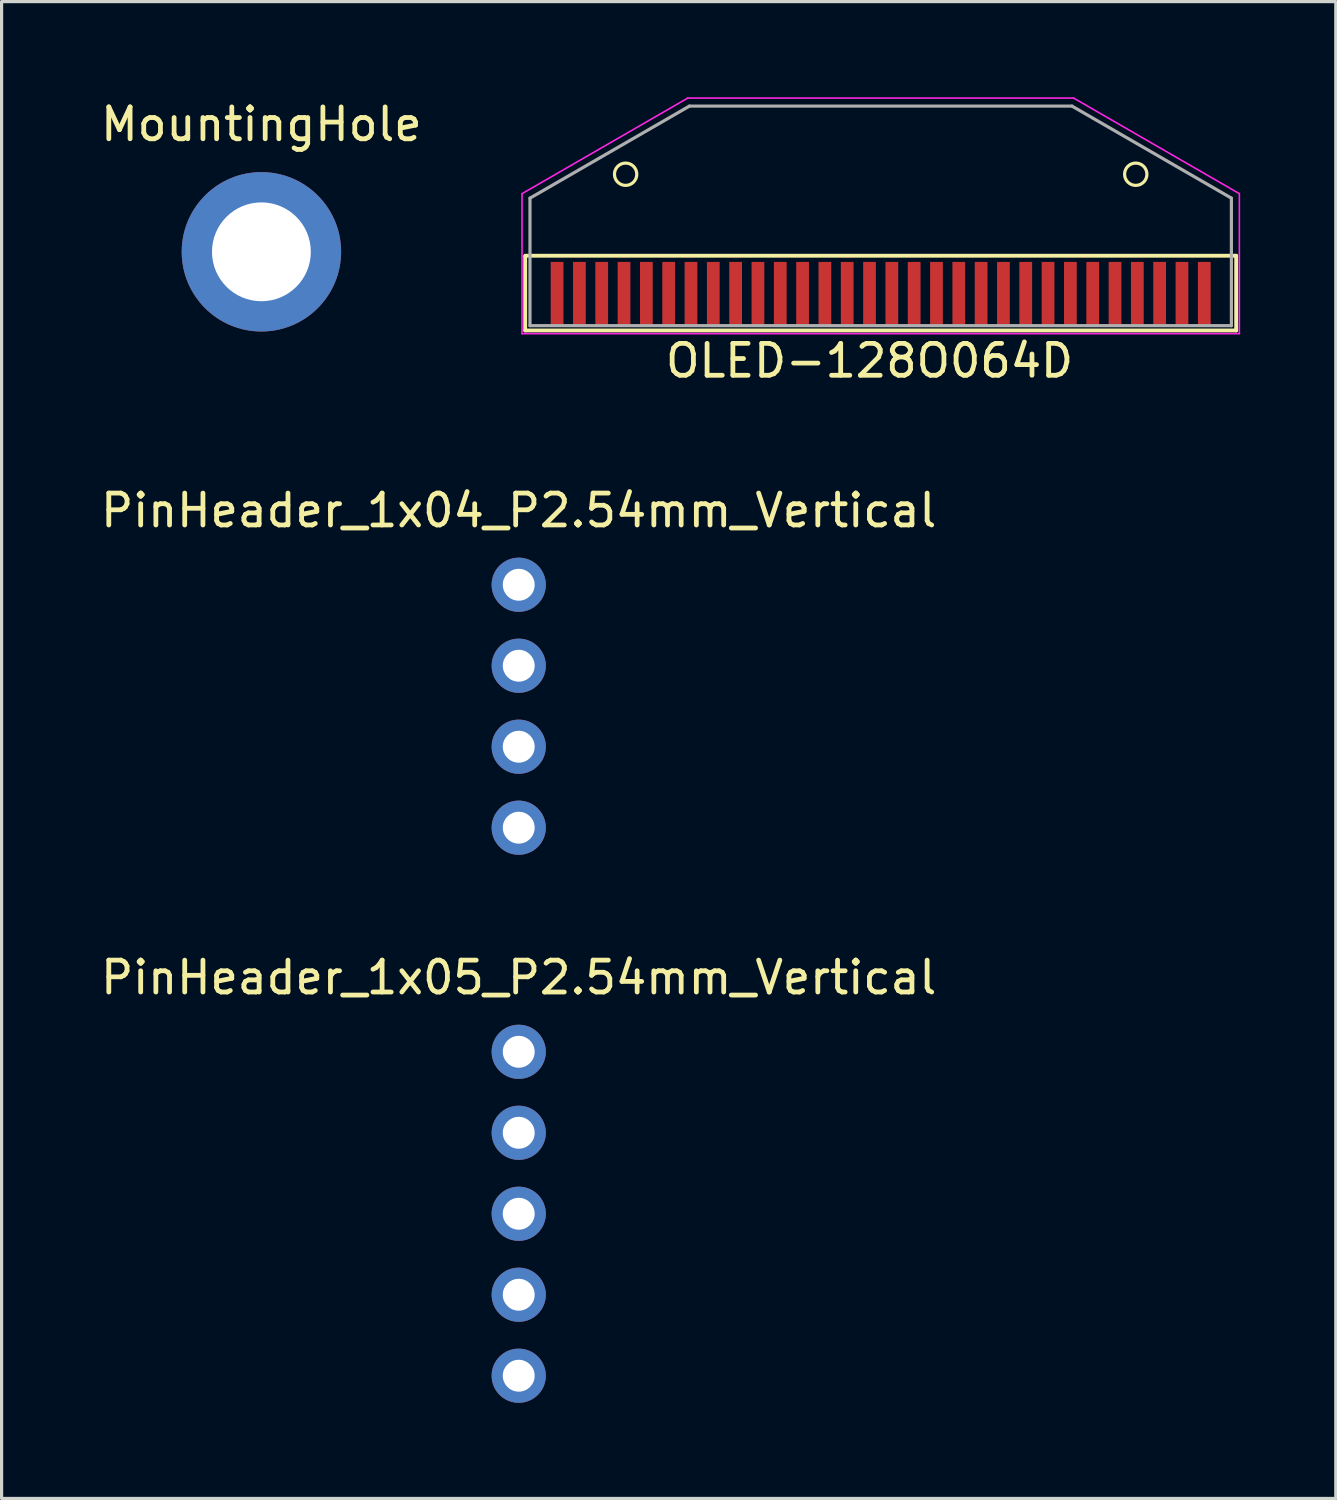
<source format=kicad_pcb>
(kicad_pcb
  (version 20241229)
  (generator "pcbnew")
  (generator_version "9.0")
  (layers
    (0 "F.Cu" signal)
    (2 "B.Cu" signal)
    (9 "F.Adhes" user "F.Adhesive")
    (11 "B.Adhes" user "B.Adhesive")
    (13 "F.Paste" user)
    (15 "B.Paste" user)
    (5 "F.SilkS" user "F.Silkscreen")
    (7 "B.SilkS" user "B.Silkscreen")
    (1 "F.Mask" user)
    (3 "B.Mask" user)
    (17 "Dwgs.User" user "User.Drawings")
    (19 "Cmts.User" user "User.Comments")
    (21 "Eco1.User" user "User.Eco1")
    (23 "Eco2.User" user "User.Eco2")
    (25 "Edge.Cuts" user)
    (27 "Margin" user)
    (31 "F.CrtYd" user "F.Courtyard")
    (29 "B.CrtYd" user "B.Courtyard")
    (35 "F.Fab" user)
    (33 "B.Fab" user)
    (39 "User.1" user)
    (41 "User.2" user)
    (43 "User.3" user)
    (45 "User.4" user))
  (footprint "PinHeader_1x05_P2.54mm_Vertical"
    (layer "F.Cu")
    (at 13.22 29.94)
    (property "Reference" "PinHeader_1x05_P2.54mm_Vertical" (at 0 -2.33 0) (layer "F.SilkS") (effects (font (size 1 1) (thickness 0.15))))
    (attr through_hole)
    (pad "1" thru_hole circle (at 0 0) (size 1.7 1.7) (drill 1) (layers "*.Cu" "*.Mask"))
    (pad "2" thru_hole oval (at 0 2.54) (size 1.7 1.7) (drill 1) (layers "*.Cu" "*.Mask"))
    (pad "3" thru_hole oval (at 0 5.08) (size 1.7 1.7) (drill 1) (layers "*.Cu" "*.Mask"))
    (pad "4" thru_hole oval (at 0 7.62) (size 1.7 1.7) (drill 1) (layers "*.Cu" "*.Mask"))
    (pad "5" thru_hole oval (at 0 10.16) (size 1.7 1.7) (drill 1) (layers "*.Cu" "*.Mask")))
  (footprint "PinHeader_1x04_P2.54mm_Vertical"
    (layer "F.Cu")
    (at 13.22 15.291)
    (property "Reference" "PinHeader_1x04_P2.54mm_Vertical" (at 0 -2.33 0) (layer "F.SilkS") (effects (font (size 1 1) (thickness 0.15))))
    (attr through_hole)
    (pad "1" thru_hole circle (at 0 0) (size 1.7 1.7) (drill 1) (layers "*.Cu" "F.Mask"))
    (pad "2" thru_hole oval (at 0 2.54) (size 1.7 1.7) (drill 1) (layers "*.Cu" "F.Mask"))
    (pad "3" thru_hole oval (at 0 5.08) (size 1.7 1.7) (drill 1) (layers "*.Cu" "F.Mask"))
    (pad "4" thru_hole oval (at 0 7.62) (size 1.7 1.7) (drill 1) (layers "*.Cu" "F.Mask")))
  (footprint "MountingHole"
    (layer "F.Cu")
    (at 5.149 4.848)
    (property "Reference" "MountingHole" (at 0 -4 0) (layer "F.SilkS") (effects (font (size 1 1) (thickness 0.15))))
    (attr exclude_from_pos_files exclude_from_bom)
    (pad "1" thru_hole circle (at 0 0) (size 5 5) (drill 3.1) (layers "*.Cu" "*.Mask")))
  (footprint "OLED-128O064D"
    (layer "F.Cu")
    (at 24.573 6.165)
    (property "Reference" "OLED-128O064D" (at -0.35 2.1 0) (layer "F.SilkS") (effects (font (size 1 1) (thickness 0.15))))
    (attr smd)
    (fp_line (start -11.151 -1.194) (end 11.149 -1.194) (stroke (width 0.12) (type solid)) (layer "F.SilkS"))
    (fp_line (start -11.15 -1.168) (end -11.15 1.15) (stroke (width 0.12) (type solid)) (layer "F.SilkS"))
    (fp_line (start -11.15 1.15) (end 11.15 1.15) (stroke (width 0.12) (type solid)) (layer "F.SilkS"))
    (fp_line (start 11.15 1.15) (end 11.15 -1.194) (stroke (width 0.12) (type solid)) (layer "F.SilkS"))
    (fp_circle (center -8 -3.75) (end -7.65 -3.75) (stroke (width 0.1) (type solid)) (fill no) (layer "F.SilkS"))
    (fp_circle (center 8 -3.75) (end 8.35 -3.75) (stroke (width 0.1) (type solid)) (fill no) (layer "F.SilkS"))
    (fp_line (start -11.25 -3.14) (end -11.25 1.25) (stroke (width 0.05) (type solid)) (layer "F.CrtYd"))
    (fp_line (start -6.05 -6.14) (end -11.25 -3.14) (stroke (width 0.05) (type solid)) (layer "F.CrtYd"))
    (fp_line (start 6.05 -6.14) (end -6.05 -6.14) (stroke (width 0.05) (type solid)) (layer "F.CrtYd"))
    (fp_line (start 6.05 -6.14) (end 11.25 -3.14) (stroke (width 0.05) (type solid)) (layer "F.CrtYd"))
    (fp_line (start 11.25 1.25) (end -11.25 1.25) (stroke (width 0.05) (type solid)) (layer "F.CrtYd"))
    (fp_line (start 11.25 1.25) (end 11.25 -3.14) (stroke (width 0.05) (type solid)) (layer "F.CrtYd"))
    (fp_line (start -11 -3) (end -6 -5.887) (stroke (width 0.1) (type solid)) (layer "F.Fab"))
    (fp_line (start -11 1) (end -11 -3) (stroke (width 0.1) (type solid)) (layer "F.Fab"))
    (fp_line (start -11 1) (end 11 1) (stroke (width 0.1) (type solid)) (layer "F.Fab"))
    (fp_line (start -6 -5.887) (end 6 -5.887) (stroke (width 0.1) (type solid)) (layer "F.Fab"))
    (fp_line (start 11 -3) (end 6 -5.887) (stroke (width 0.1) (type solid)) (layer "F.Fab"))
    (fp_line (start 11 1) (end 11 -3) (stroke (width 0.1) (type solid)) (layer "F.Fab"))
    (pad "1" smd rect (at -10.15 0) (size 0.4 2) (layers "F.Cu" "F.Mask" "F.Paste"))
    (pad "2" smd rect (at -9.45 0) (size 0.4 2) (layers "F.Cu" "F.Mask" "F.Paste"))
    (pad "3" smd rect (at -8.75 0) (size 0.4 2) (layers "F.Cu" "F.Mask" "F.Paste"))
    (pad "4" smd rect (at -8.05 0) (size 0.4 2) (layers "F.Cu" "F.Mask" "F.Paste"))
    (pad "5" smd rect (at -7.35 0) (size 0.4 2) (layers "F.Cu" "F.Mask" "F.Paste"))
    (pad "6" smd rect (at -6.65 0) (size 0.4 2) (layers "F.Cu" "F.Mask" "F.Paste"))
    (pad "7" smd rect (at -5.95 0) (size 0.4 2) (layers "F.Cu" "F.Mask" "F.Paste"))
    (pad "8" smd rect (at -5.25 0) (size 0.4 2) (layers "F.Cu" "F.Mask" "F.Paste"))
    (pad "9" smd rect (at -4.55 0) (size 0.4 2) (layers "F.Cu" "F.Mask" "F.Paste"))
    (pad "10" smd rect (at -3.85 0) (size 0.4 2) (layers "F.Cu" "F.Mask" "F.Paste"))
    (pad "11" smd rect (at -3.15 0) (size 0.4 2) (layers "F.Cu" "F.Mask" "F.Paste"))
    (pad "12" smd rect (at -2.45 0) (size 0.4 2) (layers "F.Cu" "F.Mask" "F.Paste"))
    (pad "13" smd rect (at -1.75 0) (size 0.4 2) (layers "F.Cu" "F.Mask" "F.Paste"))
    (pad "14" smd rect (at -1.05 0) (size 0.4 2) (layers "F.Cu" "F.Mask" "F.Paste"))
    (pad "15" smd rect (at -0.35 0) (size 0.4 2) (layers "F.Cu" "F.Mask" "F.Paste"))
    (pad "16" smd rect (at 0.35 0) (size 0.4 2) (layers "F.Cu" "F.Mask" "F.Paste"))
    (pad "17" smd rect (at 1.05 0) (size 0.4 2) (layers "F.Cu" "F.Mask" "F.Paste"))
    (pad "18" smd rect (at 1.75 0) (size 0.4 2) (layers "F.Cu" "F.Mask" "F.Paste"))
    (pad "19" smd rect (at 2.45 0) (size 0.4 2) (layers "F.Cu" "F.Mask" "F.Paste"))
    (pad "20" smd rect (at 3.15 0) (size 0.4 2) (layers "F.Cu" "F.Mask" "F.Paste"))
    (pad "21" smd rect (at 3.85 0) (size 0.4 2) (layers "F.Cu" "F.Mask" "F.Paste"))
    (pad "22" smd rect (at 4.55 0) (size 0.4 2) (layers "F.Cu" "F.Mask" "F.Paste"))
    (pad "23" smd rect (at 5.25 0) (size 0.4 2) (layers "F.Cu" "F.Mask" "F.Paste"))
    (pad "24" smd rect (at 5.95 0) (size 0.4 2) (layers "F.Cu" "F.Mask" "F.Paste"))
    (pad "25" smd rect (at 6.65 0) (size 0.4 2) (layers "F.Cu" "F.Mask" "F.Paste"))
    (pad "26" smd rect (at 7.35 0) (size 0.4 2) (layers "F.Cu" "F.Mask" "F.Paste"))
    (pad "27" smd rect (at 8.05 0) (size 0.4 2) (layers "F.Cu" "F.Mask" "F.Paste"))
    (pad "28" smd rect (at 8.75 0) (size 0.4 2) (layers "F.Cu" "F.Mask" "F.Paste"))
    (pad "29" smd rect (at 9.45 0) (size 0.4 2) (layers "F.Cu" "F.Mask" "F.Paste"))
    (pad "30" smd rect (at 10.15 0) (size 0.4 2) (layers "F.Cu" "F.Mask" "F.Paste")))
  (gr_rect
    (start -3 -3)
    (end 38.848 43.95)
    (stroke (width 0.1) (type default))
    (fill no)
    (layer "Edge.Cuts")))
</source>
